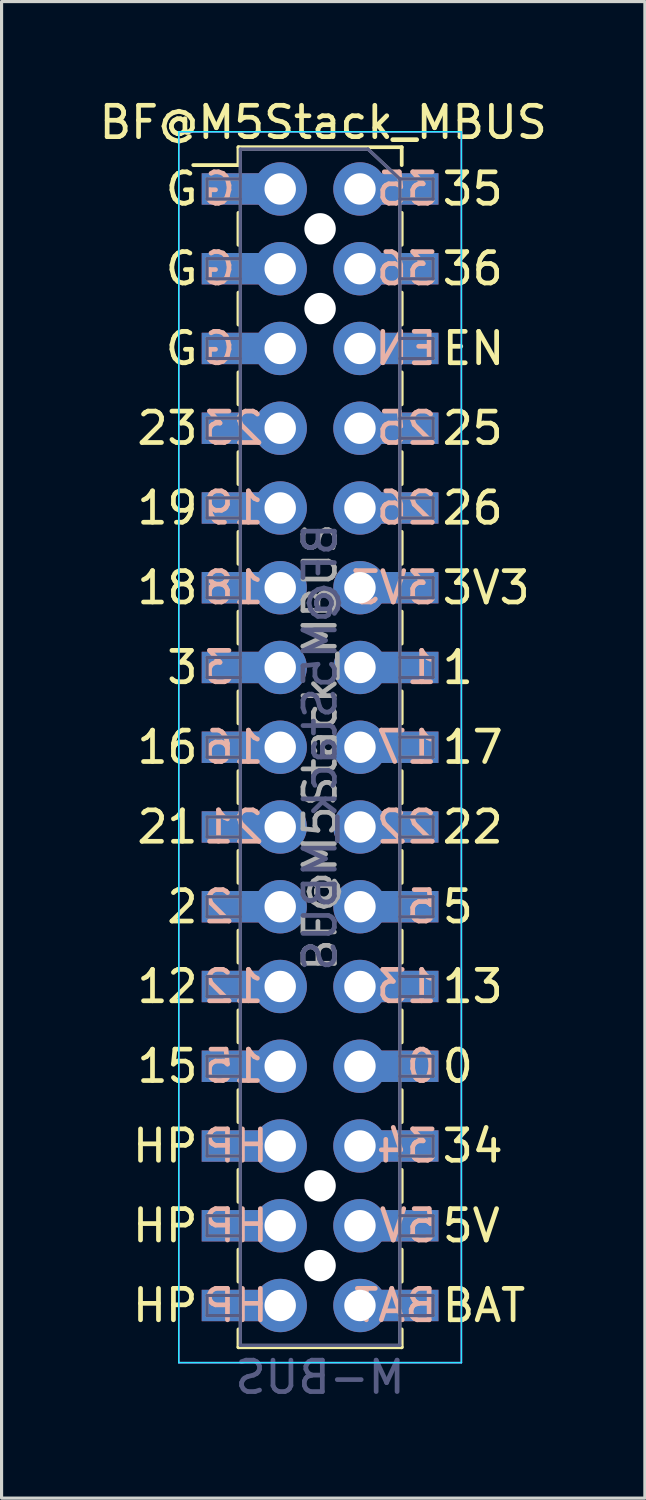
<source format=kicad_pcb>
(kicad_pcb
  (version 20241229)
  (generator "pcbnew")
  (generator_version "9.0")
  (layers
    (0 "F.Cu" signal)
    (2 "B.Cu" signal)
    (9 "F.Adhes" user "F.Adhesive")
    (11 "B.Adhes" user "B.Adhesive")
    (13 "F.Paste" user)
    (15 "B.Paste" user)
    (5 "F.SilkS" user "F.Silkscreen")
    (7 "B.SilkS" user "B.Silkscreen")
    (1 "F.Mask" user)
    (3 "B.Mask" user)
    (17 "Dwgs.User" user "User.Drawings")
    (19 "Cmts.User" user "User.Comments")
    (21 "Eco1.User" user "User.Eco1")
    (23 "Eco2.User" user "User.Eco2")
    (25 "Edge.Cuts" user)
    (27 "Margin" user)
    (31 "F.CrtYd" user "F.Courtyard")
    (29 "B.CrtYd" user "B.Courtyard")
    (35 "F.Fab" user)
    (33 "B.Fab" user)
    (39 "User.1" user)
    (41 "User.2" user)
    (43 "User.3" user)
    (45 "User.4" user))
  (footprint "BF@M5Stack_MBUS"
    (layer "F.Cu")
    (at 7.144 20.748)
    (property "Reference" "BF@M5Stack_MBUS" (at 0.1 -19.9 0) (layer "F.SilkS") (effects (font (size 1 1) (thickness 0.15))))
    (attr smd)
    (fp_line (start -4.04 -18.54) (end -2.6 -18.54) (stroke (width 0.12) (type solid)) (layer "F.SilkS"))
    (fp_line (start -2.6 -19.11) (end -2.6 -18.54) (stroke (width 0.12) (type solid)) (layer "F.SilkS"))
    (fp_line (start -2.6 -19.11) (end 2.6 -19.11) (stroke (width 0.12) (type solid)) (layer "F.SilkS"))
    (fp_line (start -2.6 -17.02) (end -2.6 -16) (stroke (width 0.12) (type solid)) (layer "F.SilkS"))
    (fp_line (start -2.6 -14.48) (end -2.6 -13.46) (stroke (width 0.12) (type solid)) (layer "F.SilkS"))
    (fp_line (start -2.6 -11.94) (end -2.6 -10.92) (stroke (width 0.12) (type solid)) (layer "F.SilkS"))
    (fp_line (start -2.6 -9.4) (end -2.6 -8.38) (stroke (width 0.12) (type solid)) (layer "F.SilkS"))
    (fp_line (start -2.6 -6.86) (end -2.6 -5.84) (stroke (width 0.12) (type solid)) (layer "F.SilkS"))
    (fp_line (start -2.6 -4.32) (end -2.6 -3.3) (stroke (width 0.12) (type solid)) (layer "F.SilkS"))
    (fp_line (start -2.6 -1.78) (end -2.6 -0.76) (stroke (width 0.12) (type solid)) (layer "F.SilkS"))
    (fp_line (start -2.6 0.76) (end -2.6 1.78) (stroke (width 0.12) (type solid)) (layer "F.SilkS"))
    (fp_line (start -2.6 3.3) (end -2.6 4.32) (stroke (width 0.12) (type solid)) (layer "F.SilkS"))
    (fp_line (start -2.6 5.84) (end -2.6 6.86) (stroke (width 0.12) (type solid)) (layer "F.SilkS"))
    (fp_line (start -2.6 8.38) (end -2.6 9.4) (stroke (width 0.12) (type solid)) (layer "F.SilkS"))
    (fp_line (start -2.6 10.92) (end -2.6 11.94) (stroke (width 0.12) (type solid)) (layer "F.SilkS"))
    (fp_line (start -2.6 13.46) (end -2.6 14.48) (stroke (width 0.12) (type solid)) (layer "F.SilkS"))
    (fp_line (start -2.6 16) (end -2.6 17.02) (stroke (width 0.12) (type solid)) (layer "F.SilkS"))
    (fp_line (start -2.6 18.54) (end -2.6 19.11) (stroke (width 0.12) (type solid)) (layer "F.SilkS"))
    (fp_line (start -2.6 19.11) (end 2.6 19.11) (stroke (width 0.12) (type solid)) (layer "F.SilkS"))
    (fp_line (start 2.6 -19.11) (end 2.6 -18.54) (stroke (width 0.12) (type solid)) (layer "F.SilkS"))
    (fp_line (start 2.6 -17.02) (end 2.6 -16) (stroke (width 0.12) (type solid)) (layer "F.SilkS"))
    (fp_line (start 2.6 -14.48) (end 2.6 -13.46) (stroke (width 0.12) (type solid)) (layer "F.SilkS"))
    (fp_line (start 2.6 -11.94) (end 2.6 -10.92) (stroke (width 0.12) (type solid)) (layer "F.SilkS"))
    (fp_line (start 2.6 -9.4) (end 2.6 -8.38) (stroke (width 0.12) (type solid)) (layer "F.SilkS"))
    (fp_line (start 2.6 -6.86) (end 2.6 -5.84) (stroke (width 0.12) (type solid)) (layer "F.SilkS"))
    (fp_line (start 2.6 -4.32) (end 2.6 -3.3) (stroke (width 0.12) (type solid)) (layer "F.SilkS"))
    (fp_line (start 2.6 -1.78) (end 2.6 -0.76) (stroke (width 0.12) (type solid)) (layer "F.SilkS"))
    (fp_line (start 2.6 0.76) (end 2.6 1.78) (stroke (width 0.12) (type solid)) (layer "F.SilkS"))
    (fp_line (start 2.6 3.3) (end 2.6 4.32) (stroke (width 0.12) (type solid)) (layer "F.SilkS"))
    (fp_line (start 2.6 5.84) (end 2.6 6.86) (stroke (width 0.12) (type solid)) (layer "F.SilkS"))
    (fp_line (start 2.6 8.38) (end 2.6 9.4) (stroke (width 0.12) (type solid)) (layer "F.SilkS"))
    (fp_line (start 2.6 10.92) (end 2.6 11.94) (stroke (width 0.12) (type solid)) (layer "F.SilkS"))
    (fp_line (start 2.6 13.46) (end 2.6 14.48) (stroke (width 0.12) (type solid)) (layer "F.SilkS"))
    (fp_line (start 2.6 16) (end 2.6 17.02) (stroke (width 0.12) (type solid)) (layer "F.SilkS"))
    (fp_line (start 2.6 18.54) (end 2.6 19.11) (stroke (width 0.12) (type solid)) (layer "F.SilkS"))
    (fp_poly (pts (xy -1.968 -17.335) (xy -3.683 -17.335) (xy -3.683 -18.224) (xy -1.968 -18.224)) (stroke (width 0.1) (type solid)) (fill yes) (layer "F.Paste"))
    (fp_poly (pts (xy -1.968 -14.796) (xy -3.683 -14.796) (xy -3.683 -15.684) (xy -1.968 -15.684)) (stroke (width 0.1) (type solid)) (fill yes) (layer "F.Paste"))
    (fp_poly (pts (xy -1.968 -12.255) (xy -3.683 -12.255) (xy -3.683 -13.145) (xy -1.968 -13.145)) (stroke (width 0.1) (type solid)) (fill yes) (layer "F.Paste"))
    (fp_poly (pts (xy -1.968 -9.716) (xy -3.683 -9.716) (xy -3.683 -10.604) (xy -1.968 -10.604)) (stroke (width 0.1) (type solid)) (fill yes) (layer "F.Paste"))
    (fp_poly (pts (xy -1.968 -7.176) (xy -3.683 -7.176) (xy -3.683 -8.065) (xy -1.968 -8.065)) (stroke (width 0.1) (type solid)) (fill yes) (layer "F.Paste"))
    (fp_poly (pts (xy -1.968 -4.636) (xy -3.683 -4.636) (xy -3.683 -5.524) (xy -1.968 -5.524)) (stroke (width 0.1) (type solid)) (fill yes) (layer "F.Paste"))
    (fp_poly (pts (xy -1.968 -2.095) (xy -3.683 -2.095) (xy -3.683 -2.985) (xy -1.968 -2.985)) (stroke (width 0.1) (type solid)) (fill yes) (layer "F.Paste"))
    (fp_poly (pts (xy -1.968 0.445) (xy -3.683 0.445) (xy -3.683 -0.445) (xy -1.968 -0.445)) (stroke (width 0.1) (type solid)) (fill yes) (layer "F.Paste"))
    (fp_poly (pts (xy -1.968 2.985) (xy -3.683 2.985) (xy -3.683 2.095) (xy -1.968 2.095)) (stroke (width 0.1) (type solid)) (fill yes) (layer "F.Paste"))
    (fp_poly (pts (xy -1.968 5.524) (xy -3.683 5.524) (xy -3.683 4.636) (xy -1.968 4.636)) (stroke (width 0.1) (type solid)) (fill yes) (layer "F.Paste"))
    (fp_poly (pts (xy -1.968 8.065) (xy -3.683 8.065) (xy -3.683 7.176) (xy -1.968 7.176)) (stroke (width 0.1) (type solid)) (fill yes) (layer "F.Paste"))
    (fp_poly (pts (xy -1.968 10.604) (xy -3.683 10.604) (xy -3.683 9.716) (xy -1.968 9.716)) (stroke (width 0.1) (type solid)) (fill yes) (layer "F.Paste"))
    (fp_poly (pts (xy -1.968 13.145) (xy -3.683 13.145) (xy -3.683 12.255) (xy -1.968 12.255)) (stroke (width 0.1) (type solid)) (fill yes) (layer "F.Paste"))
    (fp_poly (pts (xy -1.968 15.684) (xy -3.683 15.684) (xy -3.683 14.796) (xy -1.968 14.796)) (stroke (width 0.1) (type solid)) (fill yes) (layer "F.Paste"))
    (fp_poly (pts (xy -1.968 18.224) (xy -3.683 18.224) (xy -3.683 17.335) (xy -1.968 17.335)) (stroke (width 0.1) (type solid)) (fill yes) (layer "F.Paste"))
    (fp_poly (pts (xy 3.683 -17.335) (xy 1.968 -17.335) (xy 1.968 -18.224) (xy 3.683 -18.224)) (stroke (width 0.1) (type solid)) (fill yes) (layer "F.Paste"))
    (fp_poly (pts (xy 3.683 -14.796) (xy 1.968 -14.796) (xy 1.968 -15.684) (xy 3.683 -15.684)) (stroke (width 0.1) (type solid)) (fill yes) (layer "F.Paste"))
    (fp_poly (pts (xy 3.683 -12.255) (xy 1.968 -12.255) (xy 1.968 -13.145) (xy 3.683 -13.145)) (stroke (width 0.1) (type solid)) (fill yes) (layer "F.Paste"))
    (fp_poly (pts (xy 3.683 -9.716) (xy 1.968 -9.716) (xy 1.968 -10.604) (xy 3.683 -10.604)) (stroke (width 0.1) (type solid)) (fill yes) (layer "F.Paste"))
    (fp_poly (pts (xy 3.683 -7.176) (xy 1.968 -7.176) (xy 1.968 -8.065) (xy 3.683 -8.065)) (stroke (width 0.1) (type solid)) (fill yes) (layer "F.Paste"))
    (fp_poly (pts (xy 3.683 -4.636) (xy 1.968 -4.636) (xy 1.968 -5.524) (xy 3.683 -5.524)) (stroke (width 0.1) (type solid)) (fill yes) (layer "F.Paste"))
    (fp_poly (pts (xy 3.683 -2.095) (xy 1.968 -2.095) (xy 1.968 -2.985) (xy 3.683 -2.985)) (stroke (width 0.1) (type solid)) (fill yes) (layer "F.Paste"))
    (fp_poly (pts (xy 3.683 0.445) (xy 1.968 0.445) (xy 1.968 -0.445) (xy 3.683 -0.445)) (stroke (width 0.1) (type solid)) (fill yes) (layer "F.Paste"))
    (fp_poly (pts (xy 3.683 2.985) (xy 1.968 2.985) (xy 1.968 2.095) (xy 3.683 2.095)) (stroke (width 0.1) (type solid)) (fill yes) (layer "F.Paste"))
    (fp_poly (pts (xy 3.683 5.524) (xy 1.968 5.524) (xy 1.968 4.636) (xy 3.683 4.636)) (stroke (width 0.1) (type solid)) (fill yes) (layer "F.Paste"))
    (fp_poly (pts (xy 3.683 8.065) (xy 1.968 8.065) (xy 1.968 7.176) (xy 3.683 7.176)) (stroke (width 0.1) (type solid)) (fill yes) (layer "F.Paste"))
    (fp_poly (pts (xy 3.683 10.604) (xy 1.968 10.604) (xy 1.968 9.716) (xy 3.683 9.716)) (stroke (width 0.1) (type solid)) (fill yes) (layer "F.Paste"))
    (fp_poly (pts (xy 3.683 13.145) (xy 1.968 13.145) (xy 1.968 12.255) (xy 3.683 12.255)) (stroke (width 0.1) (type solid)) (fill yes) (layer "F.Paste"))
    (fp_poly (pts (xy 3.683 15.684) (xy 1.968 15.684) (xy 1.968 14.796) (xy 3.683 14.796)) (stroke (width 0.1) (type solid)) (fill yes) (layer "F.Paste"))
    (fp_poly (pts (xy 3.683 18.224) (xy 1.968 18.224) (xy 1.968 17.335) (xy 3.683 17.335)) (stroke (width 0.1) (type solid)) (fill yes) (layer "F.Paste"))
    (fp_poly (pts (xy -1.968 -18.224) (xy -3.683 -18.224) (xy -3.683 -17.335) (xy -1.968 -17.335)) (stroke (width 0.1) (type solid)) (fill yes) (layer "B.Paste"))
    (fp_poly (pts (xy -1.968 -15.684) (xy -3.683 -15.684) (xy -3.683 -14.796) (xy -1.968 -14.796)) (stroke (width 0.1) (type solid)) (fill yes) (layer "B.Paste"))
    (fp_poly (pts (xy -1.968 -13.145) (xy -3.683 -13.145) (xy -3.683 -12.255) (xy -1.968 -12.255)) (stroke (width 0.1) (type solid)) (fill yes) (layer "B.Paste"))
    (fp_poly (pts (xy -1.968 -10.604) (xy -3.683 -10.604) (xy -3.683 -9.716) (xy -1.968 -9.716)) (stroke (width 0.1) (type solid)) (fill yes) (layer "B.Paste"))
    (fp_poly (pts (xy -1.968 -8.065) (xy -3.683 -8.065) (xy -3.683 -7.176) (xy -1.968 -7.176)) (stroke (width 0.1) (type solid)) (fill yes) (layer "B.Paste"))
    (fp_poly (pts (xy -1.968 -5.524) (xy -3.683 -5.524) (xy -3.683 -4.636) (xy -1.968 -4.636)) (stroke (width 0.1) (type solid)) (fill yes) (layer "B.Paste"))
    (fp_poly (pts (xy -1.968 -2.985) (xy -3.683 -2.985) (xy -3.683 -2.095) (xy -1.968 -2.095)) (stroke (width 0.1) (type solid)) (fill yes) (layer "B.Paste"))
    (fp_poly (pts (xy -1.968 -0.445) (xy -3.683 -0.445) (xy -3.683 0.445) (xy -1.968 0.445)) (stroke (width 0.1) (type solid)) (fill yes) (layer "B.Paste"))
    (fp_poly (pts (xy -1.968 2.095) (xy -3.683 2.095) (xy -3.683 2.985) (xy -1.968 2.985)) (stroke (width 0.1) (type solid)) (fill yes) (layer "B.Paste"))
    (fp_poly (pts (xy -1.968 4.636) (xy -3.683 4.636) (xy -3.683 5.524) (xy -1.968 5.524)) (stroke (width 0.1) (type solid)) (fill yes) (layer "B.Paste"))
    (fp_poly (pts (xy -1.968 7.176) (xy -3.683 7.176) (xy -3.683 8.065) (xy -1.968 8.065)) (stroke (width 0.1) (type solid)) (fill yes) (layer "B.Paste"))
    (fp_poly (pts (xy -1.968 9.716) (xy -3.683 9.716) (xy -3.683 10.604) (xy -1.968 10.604)) (stroke (width 0.1) (type solid)) (fill yes) (layer "B.Paste"))
    (fp_poly (pts (xy -1.968 12.255) (xy -3.683 12.255) (xy -3.683 13.145) (xy -1.968 13.145)) (stroke (width 0.1) (type solid)) (fill yes) (layer "B.Paste"))
    (fp_poly (pts (xy -1.968 14.796) (xy -3.683 14.796) (xy -3.683 15.684) (xy -1.968 15.684)) (stroke (width 0.1) (type solid)) (fill yes) (layer "B.Paste"))
    (fp_poly (pts (xy -1.968 17.335) (xy -3.683 17.335) (xy -3.683 18.224) (xy -1.968 18.224)) (stroke (width 0.1) (type solid)) (fill yes) (layer "B.Paste"))
    (fp_poly (pts (xy 3.683 -18.224) (xy 1.968 -18.224) (xy 1.968 -17.335) (xy 3.683 -17.335)) (stroke (width 0.1) (type solid)) (fill yes) (layer "B.Paste"))
    (fp_poly (pts (xy 3.683 -15.684) (xy 1.968 -15.684) (xy 1.968 -14.796) (xy 3.683 -14.796)) (stroke (width 0.1) (type solid)) (fill yes) (layer "B.Paste"))
    (fp_poly (pts (xy 3.683 -13.145) (xy 1.968 -13.145) (xy 1.968 -12.255) (xy 3.683 -12.255)) (stroke (width 0.1) (type solid)) (fill yes) (layer "B.Paste"))
    (fp_poly (pts (xy 3.683 -10.604) (xy 1.968 -10.604) (xy 1.968 -9.716) (xy 3.683 -9.716)) (stroke (width 0.1) (type solid)) (fill yes) (layer "B.Paste"))
    (fp_poly (pts (xy 3.683 -8.065) (xy 1.968 -8.065) (xy 1.968 -7.176) (xy 3.683 -7.176)) (stroke (width 0.1) (type solid)) (fill yes) (layer "B.Paste"))
    (fp_poly (pts (xy 3.683 -5.524) (xy 1.968 -5.524) (xy 1.968 -4.636) (xy 3.683 -4.636)) (stroke (width 0.1) (type solid)) (fill yes) (layer "B.Paste"))
    (fp_poly (pts (xy 3.683 -2.985) (xy 1.968 -2.985) (xy 1.968 -2.095) (xy 3.683 -2.095)) (stroke (width 0.1) (type solid)) (fill yes) (layer "B.Paste"))
    (fp_poly (pts (xy 3.683 -0.445) (xy 1.968 -0.445) (xy 1.968 0.445) (xy 3.683 0.445)) (stroke (width 0.1) (type solid)) (fill yes) (layer "B.Paste"))
    (fp_poly (pts (xy 3.683 2.095) (xy 1.968 2.095) (xy 1.968 2.985) (xy 3.683 2.985)) (stroke (width 0.1) (type solid)) (fill yes) (layer "B.Paste"))
    (fp_poly (pts (xy 3.683 4.636) (xy 1.968 4.636) (xy 1.968 5.524) (xy 3.683 5.524)) (stroke (width 0.1) (type solid)) (fill yes) (layer "B.Paste"))
    (fp_poly (pts (xy 3.683 7.176) (xy 1.968 7.176) (xy 1.968 8.065) (xy 3.683 8.065)) (stroke (width 0.1) (type solid)) (fill yes) (layer "B.Paste"))
    (fp_poly (pts (xy 3.683 9.716) (xy 1.968 9.716) (xy 1.968 10.604) (xy 3.683 10.604)) (stroke (width 0.1) (type solid)) (fill yes) (layer "B.Paste"))
    (fp_poly (pts (xy 3.683 12.255) (xy 1.968 12.255) (xy 1.968 13.145) (xy 3.683 13.145)) (stroke (width 0.1) (type solid)) (fill yes) (layer "B.Paste"))
    (fp_poly (pts (xy 3.683 14.796) (xy 1.968 14.796) (xy 1.968 15.684) (xy 3.683 15.684)) (stroke (width 0.1) (type solid)) (fill yes) (layer "B.Paste"))
    (fp_poly (pts (xy 3.683 17.335) (xy 1.968 17.335) (xy 1.968 18.224) (xy 3.683 18.224)) (stroke (width 0.1) (type solid)) (fill yes) (layer "B.Paste"))
    (fp_line (start -4.5 -19.6) (end 4.5 -19.6) (stroke (width 0.05) (type solid)) (layer "B.CrtYd"))
    (fp_line (start -4.5 19.6) (end -4.5 -19.6) (stroke (width 0.05) (type solid)) (layer "B.CrtYd"))
    (fp_line (start 4.5 -19.6) (end 4.5 19.6) (stroke (width 0.05) (type solid)) (layer "B.CrtYd"))
    (fp_line (start 4.5 19.6) (end -4.5 19.6) (stroke (width 0.05) (type solid)) (layer "B.CrtYd"))
    (fp_line (start -4.5 -19.6) (end -4.5 19.6) (stroke (width 0.05) (type solid)) (layer "F.CrtYd"))
    (fp_line (start -4.5 19.6) (end 4.5 19.6) (stroke (width 0.05) (type solid)) (layer "F.CrtYd"))
    (fp_line (start 4.5 -19.6) (end -4.5 -19.6) (stroke (width 0.05) (type solid)) (layer "F.CrtYd"))
    (fp_line (start 4.5 19.6) (end 4.5 -19.6) (stroke (width 0.05) (type solid)) (layer "F.CrtYd"))
    (fp_line (start -3.6 -18.1) (end -3.6 -17.46) (stroke (width 0.1) (type solid)) (layer "B.Fab"))
    (fp_line (start -3.6 -17.46) (end -2.54 -17.46) (stroke (width 0.1) (type solid)) (layer "B.Fab"))
    (fp_line (start -3.6 -15.56) (end -3.6 -14.92) (stroke (width 0.1) (type solid)) (layer "B.Fab"))
    (fp_line (start -3.6 -14.92) (end -2.54 -14.92) (stroke (width 0.1) (type solid)) (layer "B.Fab"))
    (fp_line (start -3.6 -13.02) (end -3.6 -12.38) (stroke (width 0.1) (type solid)) (layer "B.Fab"))
    (fp_line (start -3.6 -12.38) (end -2.54 -12.38) (stroke (width 0.1) (type solid)) (layer "B.Fab"))
    (fp_line (start -3.6 -10.48) (end -3.6 -9.84) (stroke (width 0.1) (type solid)) (layer "B.Fab"))
    (fp_line (start -3.6 -9.84) (end -2.54 -9.84) (stroke (width 0.1) (type solid)) (layer "B.Fab"))
    (fp_line (start -3.6 -7.94) (end -3.6 -7.3) (stroke (width 0.1) (type solid)) (layer "B.Fab"))
    (fp_line (start -3.6 -7.3) (end -2.54 -7.3) (stroke (width 0.1) (type solid)) (layer "B.Fab"))
    (fp_line (start -3.6 -5.4) (end -3.6 -4.76) (stroke (width 0.1) (type solid)) (layer "B.Fab"))
    (fp_line (start -3.6 -4.76) (end -2.54 -4.76) (stroke (width 0.1) (type solid)) (layer "B.Fab"))
    (fp_line (start -3.6 -2.86) (end -3.6 -2.22) (stroke (width 0.1) (type solid)) (layer "B.Fab"))
    (fp_line (start -3.6 -2.22) (end -2.54 -2.22) (stroke (width 0.1) (type solid)) (layer "B.Fab"))
    (fp_line (start -3.6 -0.32) (end -3.6 0.32) (stroke (width 0.1) (type solid)) (layer "B.Fab"))
    (fp_line (start -3.6 0.32) (end -2.54 0.32) (stroke (width 0.1) (type solid)) (layer "B.Fab"))
    (fp_line (start -3.6 2.22) (end -3.6 2.86) (stroke (width 0.1) (type solid)) (layer "B.Fab"))
    (fp_line (start -3.6 2.86) (end -2.54 2.86) (stroke (width 0.1) (type solid)) (layer "B.Fab"))
    (fp_line (start -3.6 4.76) (end -3.6 5.4) (stroke (width 0.1) (type solid)) (layer "B.Fab"))
    (fp_line (start -3.6 5.4) (end -2.54 5.4) (stroke (width 0.1) (type solid)) (layer "B.Fab"))
    (fp_line (start -3.6 7.3) (end -3.6 7.94) (stroke (width 0.1) (type solid)) (layer "B.Fab"))
    (fp_line (start -3.6 7.94) (end -2.54 7.94) (stroke (width 0.1) (type solid)) (layer "B.Fab"))
    (fp_line (start -3.6 9.84) (end -3.6 10.48) (stroke (width 0.1) (type solid)) (layer "B.Fab"))
    (fp_line (start -3.6 10.48) (end -2.54 10.48) (stroke (width 0.1) (type solid)) (layer "B.Fab"))
    (fp_line (start -3.6 12.38) (end -3.6 13.02) (stroke (width 0.1) (type solid)) (layer "B.Fab"))
    (fp_line (start -3.6 13.02) (end -2.54 13.02) (stroke (width 0.1) (type solid)) (layer "B.Fab"))
    (fp_line (start -3.6 14.92) (end -3.6 15.56) (stroke (width 0.1) (type solid)) (layer "B.Fab"))
    (fp_line (start -3.6 15.56) (end -2.54 15.56) (stroke (width 0.1) (type solid)) (layer "B.Fab"))
    (fp_line (start -3.6 17.46) (end -3.6 18.1) (stroke (width 0.1) (type solid)) (layer "B.Fab"))
    (fp_line (start -3.6 18.1) (end -2.54 18.1) (stroke (width 0.1) (type solid)) (layer "B.Fab"))
    (fp_line (start -2.54 -19.05) (end 1.524 -19.05) (stroke (width 0.1) (type solid)) (layer "B.Fab"))
    (fp_line (start -2.54 -18.1) (end -3.6 -18.1) (stroke (width 0.1) (type solid)) (layer "B.Fab"))
    (fp_line (start -2.54 -15.56) (end -3.6 -15.56) (stroke (width 0.1) (type solid)) (layer "B.Fab"))
    (fp_line (start -2.54 -13.02) (end -3.6 -13.02) (stroke (width 0.1) (type solid)) (layer "B.Fab"))
    (fp_line (start -2.54 -10.48) (end -3.6 -10.48) (stroke (width 0.1) (type solid)) (layer "B.Fab"))
    (fp_line (start -2.54 -7.94) (end -3.6 -7.94) (stroke (width 0.1) (type solid)) (layer "B.Fab"))
    (fp_line (start -2.54 -5.4) (end -3.6 -5.4) (stroke (width 0.1) (type solid)) (layer "B.Fab"))
    (fp_line (start -2.54 -2.86) (end -3.6 -2.86) (stroke (width 0.1) (type solid)) (layer "B.Fab"))
    (fp_line (start -2.54 -0.32) (end -3.6 -0.32) (stroke (width 0.1) (type solid)) (layer "B.Fab"))
    (fp_line (start -2.54 2.22) (end -3.6 2.22) (stroke (width 0.1) (type solid)) (layer "B.Fab"))
    (fp_line (start -2.54 4.76) (end -3.6 4.76) (stroke (width 0.1) (type solid)) (layer "B.Fab"))
    (fp_line (start -2.54 7.3) (end -3.6 7.3) (stroke (width 0.1) (type solid)) (layer "B.Fab"))
    (fp_line (start -2.54 9.84) (end -3.6 9.84) (stroke (width 0.1) (type solid)) (layer "B.Fab"))
    (fp_line (start -2.54 12.38) (end -3.6 12.38) (stroke (width 0.1) (type solid)) (layer "B.Fab"))
    (fp_line (start -2.54 14.92) (end -3.6 14.92) (stroke (width 0.1) (type solid)) (layer "B.Fab"))
    (fp_line (start -2.54 17.46) (end -3.6 17.46) (stroke (width 0.1) (type solid)) (layer "B.Fab"))
    (fp_line (start -2.54 19.05) (end -2.54 -19.05) (stroke (width 0.1) (type solid)) (layer "B.Fab"))
    (fp_line (start 2.54 -18.1) (end 1.524 -19.05) (stroke (width 0.1) (type solid)) (layer "B.Fab"))
    (fp_line (start 2.54 -18.1) (end 2.54 19.05) (stroke (width 0.1) (type solid)) (layer "B.Fab"))
    (fp_line (start 2.54 -18.1) (end 3.6 -18.1) (stroke (width 0.1) (type solid)) (layer "B.Fab"))
    (fp_line (start 2.54 -15.56) (end 3.6 -15.56) (stroke (width 0.1) (type solid)) (layer "B.Fab"))
    (fp_line (start 2.54 -13.02) (end 3.6 -13.02) (stroke (width 0.1) (type solid)) (layer "B.Fab"))
    (fp_line (start 2.54 -10.48) (end 3.6 -10.48) (stroke (width 0.1) (type solid)) (layer "B.Fab"))
    (fp_line (start 2.54 -7.94) (end 3.6 -7.94) (stroke (width 0.1) (type solid)) (layer "B.Fab"))
    (fp_line (start 2.54 -5.4) (end 3.6 -5.4) (stroke (width 0.1) (type solid)) (layer "B.Fab"))
    (fp_line (start 2.54 -2.86) (end 3.6 -2.86) (stroke (width 0.1) (type solid)) (layer "B.Fab"))
    (fp_line (start 2.54 -0.32) (end 3.6 -0.32) (stroke (width 0.1) (type solid)) (layer "B.Fab"))
    (fp_line (start 2.54 2.22) (end 3.6 2.22) (stroke (width 0.1) (type solid)) (layer "B.Fab"))
    (fp_line (start 2.54 4.76) (end 3.6 4.76) (stroke (width 0.1) (type solid)) (layer "B.Fab"))
    (fp_line (start 2.54 7.3) (end 3.6 7.3) (stroke (width 0.1) (type solid)) (layer "B.Fab"))
    (fp_line (start 2.54 9.84) (end 3.6 9.84) (stroke (width 0.1) (type solid)) (layer "B.Fab"))
    (fp_line (start 2.54 12.38) (end 3.6 12.38) (stroke (width 0.1) (type solid)) (layer "B.Fab"))
    (fp_line (start 2.54 14.92) (end 3.6 14.92) (stroke (width 0.1) (type solid)) (layer "B.Fab"))
    (fp_line (start 2.54 17.46) (end 3.6 17.46) (stroke (width 0.1) (type solid)) (layer "B.Fab"))
    (fp_line (start 2.54 19.05) (end -2.54 19.05) (stroke (width 0.1) (type solid)) (layer "B.Fab"))
    (fp_line (start 3.6 -18.1) (end 3.6 -17.46) (stroke (width 0.1) (type solid)) (layer "B.Fab"))
    (fp_line (start 3.6 -17.46) (end 2.54 -17.46) (stroke (width 0.1) (type solid)) (layer "B.Fab"))
    (fp_line (start 3.6 -15.56) (end 3.6 -14.92) (stroke (width 0.1) (type solid)) (layer "B.Fab"))
    (fp_line (start 3.6 -14.92) (end 2.54 -14.92) (stroke (width 0.1) (type solid)) (layer "B.Fab"))
    (fp_line (start 3.6 -13.02) (end 3.6 -12.38) (stroke (width 0.1) (type solid)) (layer "B.Fab"))
    (fp_line (start 3.6 -12.38) (end 2.54 -12.38) (stroke (width 0.1) (type solid)) (layer "B.Fab"))
    (fp_line (start 3.6 -10.48) (end 3.6 -9.84) (stroke (width 0.1) (type solid)) (layer "B.Fab"))
    (fp_line (start 3.6 -9.84) (end 2.54 -9.84) (stroke (width 0.1) (type solid)) (layer "B.Fab"))
    (fp_line (start 3.6 -7.94) (end 3.6 -7.3) (stroke (width 0.1) (type solid)) (layer "B.Fab"))
    (fp_line (start 3.6 -7.3) (end 2.54 -7.3) (stroke (width 0.1) (type solid)) (layer "B.Fab"))
    (fp_line (start 3.6 -5.4) (end 3.6 -4.76) (stroke (width 0.1) (type solid)) (layer "B.Fab"))
    (fp_line (start 3.6 -4.76) (end 2.54 -4.76) (stroke (width 0.1) (type solid)) (layer "B.Fab"))
    (fp_line (start 3.6 -2.86) (end 3.6 -2.22) (stroke (width 0.1) (type solid)) (layer "B.Fab"))
    (fp_line (start 3.6 -2.22) (end 2.54 -2.22) (stroke (width 0.1) (type solid)) (layer "B.Fab"))
    (fp_line (start 3.6 -0.32) (end 3.6 0.32) (stroke (width 0.1) (type solid)) (layer "B.Fab"))
    (fp_line (start 3.6 0.32) (end 2.54 0.32) (stroke (width 0.1) (type solid)) (layer "B.Fab"))
    (fp_line (start 3.6 2.22) (end 3.6 2.86) (stroke (width 0.1) (type solid)) (layer "B.Fab"))
    (fp_line (start 3.6 2.86) (end 2.54 2.86) (stroke (width 0.1) (type solid)) (layer "B.Fab"))
    (fp_line (start 3.6 4.76) (end 3.6 5.4) (stroke (width 0.1) (type solid)) (layer "B.Fab"))
    (fp_line (start 3.6 5.4) (end 2.54 5.4) (stroke (width 0.1) (type solid)) (layer "B.Fab"))
    (fp_line (start 3.6 7.3) (end 3.6 7.94) (stroke (width 0.1) (type solid)) (layer "B.Fab"))
    (fp_line (start 3.6 7.94) (end 2.54 7.94) (stroke (width 0.1) (type solid)) (layer "B.Fab"))
    (fp_line (start 3.6 9.84) (end 3.6 10.48) (stroke (width 0.1) (type solid)) (layer "B.Fab"))
    (fp_line (start 3.6 10.48) (end 2.54 10.48) (stroke (width 0.1) (type solid)) (layer "B.Fab"))
    (fp_line (start 3.6 12.38) (end 3.6 13.02) (stroke (width 0.1) (type solid)) (layer "B.Fab"))
    (fp_line (start 3.6 13.02) (end 2.54 13.02) (stroke (width 0.1) (type solid)) (layer "B.Fab"))
    (fp_line (start 3.6 14.92) (end 3.6 15.56) (stroke (width 0.1) (type solid)) (layer "B.Fab"))
    (fp_line (start 3.6 15.56) (end 2.54 15.56) (stroke (width 0.1) (type solid)) (layer "B.Fab"))
    (fp_line (start 3.6 17.46) (end 3.6 18.1) (stroke (width 0.1) (type solid)) (layer "B.Fab"))
    (fp_line (start 3.6 18.1) (end 2.54 18.1) (stroke (width 0.1) (type solid)) (layer "B.Fab"))
    (fp_line (start -3.6 -18.1) (end -3.6 -17.46) (stroke (width 0.1) (type solid)) (layer "F.Fab"))
    (fp_line (start -3.6 -17.46) (end -2.54 -17.46) (stroke (width 0.1) (type solid)) (layer "F.Fab"))
    (fp_line (start -3.6 -15.56) (end -3.6 -14.92) (stroke (width 0.1) (type solid)) (layer "F.Fab"))
    (fp_line (start -3.6 -14.92) (end -2.54 -14.92) (stroke (width 0.1) (type solid)) (layer "F.Fab"))
    (fp_line (start -3.6 -13.02) (end -3.6 -12.38) (stroke (width 0.1) (type solid)) (layer "F.Fab"))
    (fp_line (start -3.6 -12.38) (end -2.54 -12.38) (stroke (width 0.1) (type solid)) (layer "F.Fab"))
    (fp_line (start -3.6 -10.48) (end -3.6 -9.84) (stroke (width 0.1) (type solid)) (layer "F.Fab"))
    (fp_line (start -3.6 -9.84) (end -2.54 -9.84) (stroke (width 0.1) (type solid)) (layer "F.Fab"))
    (fp_line (start -3.6 -7.94) (end -3.6 -7.3) (stroke (width 0.1) (type solid)) (layer "F.Fab"))
    (fp_line (start -3.6 -7.3) (end -2.54 -7.3) (stroke (width 0.1) (type solid)) (layer "F.Fab"))
    (fp_line (start -3.6 -5.4) (end -3.6 -4.76) (stroke (width 0.1) (type solid)) (layer "F.Fab"))
    (fp_line (start -3.6 -4.76) (end -2.54 -4.76) (stroke (width 0.1) (type solid)) (layer "F.Fab"))
    (fp_line (start -3.6 -2.86) (end -3.6 -2.22) (stroke (width 0.1) (type solid)) (layer "F.Fab"))
    (fp_line (start -3.6 -2.22) (end -2.54 -2.22) (stroke (width 0.1) (type solid)) (layer "F.Fab"))
    (fp_line (start -3.6 -0.32) (end -3.6 0.32) (stroke (width 0.1) (type solid)) (layer "F.Fab"))
    (fp_line (start -3.6 0.32) (end -2.54 0.32) (stroke (width 0.1) (type solid)) (layer "F.Fab"))
    (fp_line (start -3.6 2.22) (end -3.6 2.86) (stroke (width 0.1) (type solid)) (layer "F.Fab"))
    (fp_line (start -3.6 2.86) (end -2.54 2.86) (stroke (width 0.1) (type solid)) (layer "F.Fab"))
    (fp_line (start -3.6 4.76) (end -3.6 5.4) (stroke (width 0.1) (type solid)) (layer "F.Fab"))
    (fp_line (start -3.6 5.4) (end -2.54 5.4) (stroke (width 0.1) (type solid)) (layer "F.Fab"))
    (fp_line (start -3.6 7.3) (end -3.6 7.94) (stroke (width 0.1) (type solid)) (layer "F.Fab"))
    (fp_line (start -3.6 7.94) (end -2.54 7.94) (stroke (width 0.1) (type solid)) (layer "F.Fab"))
    (fp_line (start -3.6 9.84) (end -3.6 10.48) (stroke (width 0.1) (type solid)) (layer "F.Fab"))
    (fp_line (start -3.6 10.48) (end -2.54 10.48) (stroke (width 0.1) (type solid)) (layer "F.Fab"))
    (fp_line (start -3.6 12.38) (end -3.6 13.02) (stroke (width 0.1) (type solid)) (layer "F.Fab"))
    (fp_line (start -3.6 13.02) (end -2.54 13.02) (stroke (width 0.1) (type solid)) (layer "F.Fab"))
    (fp_line (start -3.6 14.92) (end -3.6 15.56) (stroke (width 0.1) (type solid)) (layer "F.Fab"))
    (fp_line (start -3.6 15.56) (end -2.54 15.56) (stroke (width 0.1) (type solid)) (layer "F.Fab"))
    (fp_line (start -3.6 17.46) (end -3.6 18.1) (stroke (width 0.1) (type solid)) (layer "F.Fab"))
    (fp_line (start -3.6 18.1) (end -2.54 18.1) (stroke (width 0.1) (type solid)) (layer "F.Fab"))
    (fp_line (start -2.54 -19.05) (end 1.524 -19.05) (stroke (width 0.1) (type solid)) (layer "F.Fab"))
    (fp_line (start -2.54 -18.1) (end -3.6 -18.1) (stroke (width 0.1) (type solid)) (layer "F.Fab"))
    (fp_line (start -2.54 -15.56) (end -3.6 -15.56) (stroke (width 0.1) (type solid)) (layer "F.Fab"))
    (fp_line (start -2.54 -13.02) (end -3.6 -13.02) (stroke (width 0.1) (type solid)) (layer "F.Fab"))
    (fp_line (start -2.54 -10.48) (end -3.6 -10.48) (stroke (width 0.1) (type solid)) (layer "F.Fab"))
    (fp_line (start -2.54 -7.94) (end -3.6 -7.94) (stroke (width 0.1) (type solid)) (layer "F.Fab"))
    (fp_line (start -2.54 -5.4) (end -3.6 -5.4) (stroke (width 0.1) (type solid)) (layer "F.Fab"))
    (fp_line (start -2.54 -2.86) (end -3.6 -2.86) (stroke (width 0.1) (type solid)) (layer "F.Fab"))
    (fp_line (start -2.54 -0.32) (end -3.6 -0.32) (stroke (width 0.1) (type solid)) (layer "F.Fab"))
    (fp_line (start -2.54 2.22) (end -3.6 2.22) (stroke (width 0.1) (type solid)) (layer "F.Fab"))
    (fp_line (start -2.54 4.76) (end -3.6 4.76) (stroke (width 0.1) (type solid)) (layer "F.Fab"))
    (fp_line (start -2.54 7.3) (end -3.6 7.3) (stroke (width 0.1) (type solid)) (layer "F.Fab"))
    (fp_line (start -2.54 9.84) (end -3.6 9.84) (stroke (width 0.1) (type solid)) (layer "F.Fab"))
    (fp_line (start -2.54 12.38) (end -3.6 12.38) (stroke (width 0.1) (type solid)) (layer "F.Fab"))
    (fp_line (start -2.54 14.92) (end -3.6 14.92) (stroke (width 0.1) (type solid)) (layer "F.Fab"))
    (fp_line (start -2.54 17.46) (end -3.6 17.46) (stroke (width 0.1) (type solid)) (layer "F.Fab"))
    (fp_line (start -2.54 19.05) (end -2.54 -19.05) (stroke (width 0.1) (type solid)) (layer "F.Fab"))
    (fp_line (start 2.54 -18.1) (end 1.524 -19.05) (stroke (width 0.1) (type solid)) (layer "F.Fab"))
    (fp_line (start 2.54 -18.1) (end 2.54 19.05) (stroke (width 0.1) (type solid)) (layer "F.Fab"))
    (fp_line (start 2.54 -18.1) (end 3.6 -18.1) (stroke (width 0.1) (type solid)) (layer "F.Fab"))
    (fp_line (start 2.54 -15.56) (end 3.6 -15.56) (stroke (width 0.1) (type solid)) (layer "F.Fab"))
    (fp_line (start 2.54 -13.02) (end 3.6 -13.02) (stroke (width 0.1) (type solid)) (layer "F.Fab"))
    (fp_line (start 2.54 -10.48) (end 3.6 -10.48) (stroke (width 0.1) (type solid)) (layer "F.Fab"))
    (fp_line (start 2.54 -7.94) (end 3.6 -7.94) (stroke (width 0.1) (type solid)) (layer "F.Fab"))
    (fp_line (start 2.54 -5.4) (end 3.6 -5.4) (stroke (width 0.1) (type solid)) (layer "F.Fab"))
    (fp_line (start 2.54 -2.86) (end 3.6 -2.86) (stroke (width 0.1) (type solid)) (layer "F.Fab"))
    (fp_line (start 2.54 -0.32) (end 3.6 -0.32) (stroke (width 0.1) (type solid)) (layer "F.Fab"))
    (fp_line (start 2.54 2.22) (end 3.6 2.22) (stroke (width 0.1) (type solid)) (layer "F.Fab"))
    (fp_line (start 2.54 4.76) (end 3.6 4.76) (stroke (width 0.1) (type solid)) (layer "F.Fab"))
    (fp_line (start 2.54 7.3) (end 3.6 7.3) (stroke (width 0.1) (type solid)) (layer "F.Fab"))
    (fp_line (start 2.54 9.84) (end 3.6 9.84) (stroke (width 0.1) (type solid)) (layer "F.Fab"))
    (fp_line (start 2.54 12.38) (end 3.6 12.38) (stroke (width 0.1) (type solid)) (layer "F.Fab"))
    (fp_line (start 2.54 14.92) (end 3.6 14.92) (stroke (width 0.1) (type solid)) (layer "F.Fab"))
    (fp_line (start 2.54 17.46) (end 3.6 17.46) (stroke (width 0.1) (type solid)) (layer "F.Fab"))
    (fp_line (start 2.54 19.05) (end -2.54 19.05) (stroke (width 0.1) (type solid)) (layer "F.Fab"))
    (fp_line (start 3.6 -18.1) (end 3.6 -17.46) (stroke (width 0.1) (type solid)) (layer "F.Fab"))
    (fp_line (start 3.6 -17.46) (end 2.54 -17.46) (stroke (width 0.1) (type solid)) (layer "F.Fab"))
    (fp_line (start 3.6 -15.56) (end 3.6 -14.92) (stroke (width 0.1) (type solid)) (layer "F.Fab"))
    (fp_line (start 3.6 -14.92) (end 2.54 -14.92) (stroke (width 0.1) (type solid)) (layer "F.Fab"))
    (fp_line (start 3.6 -13.02) (end 3.6 -12.38) (stroke (width 0.1) (type solid)) (layer "F.Fab"))
    (fp_line (start 3.6 -12.38) (end 2.54 -12.38) (stroke (width 0.1) (type solid)) (layer "F.Fab"))
    (fp_line (start 3.6 -10.48) (end 3.6 -9.84) (stroke (width 0.1) (type solid)) (layer "F.Fab"))
    (fp_line (start 3.6 -9.84) (end 2.54 -9.84) (stroke (width 0.1) (type solid)) (layer "F.Fab"))
    (fp_line (start 3.6 -7.94) (end 3.6 -7.3) (stroke (width 0.1) (type solid)) (layer "F.Fab"))
    (fp_line (start 3.6 -7.3) (end 2.54 -7.3) (stroke (width 0.1) (type solid)) (layer "F.Fab"))
    (fp_line (start 3.6 -5.4) (end 3.6 -4.76) (stroke (width 0.1) (type solid)) (layer "F.Fab"))
    (fp_line (start 3.6 -4.76) (end 2.54 -4.76) (stroke (width 0.1) (type solid)) (layer "F.Fab"))
    (fp_line (start 3.6 -2.86) (end 3.6 -2.22) (stroke (width 0.1) (type solid)) (layer "F.Fab"))
    (fp_line (start 3.6 -2.22) (end 2.54 -2.22) (stroke (width 0.1) (type solid)) (layer "F.Fab"))
    (fp_line (start 3.6 -0.32) (end 3.6 0.32) (stroke (width 0.1) (type solid)) (layer "F.Fab"))
    (fp_line (start 3.6 0.32) (end 2.54 0.32) (stroke (width 0.1) (type solid)) (layer "F.Fab"))
    (fp_line (start 3.6 2.22) (end 3.6 2.86) (stroke (width 0.1) (type solid)) (layer "F.Fab"))
    (fp_line (start 3.6 2.86) (end 2.54 2.86) (stroke (width 0.1) (type solid)) (layer "F.Fab"))
    (fp_line (start 3.6 4.76) (end 3.6 5.4) (stroke (width 0.1) (type solid)) (layer "F.Fab"))
    (fp_line (start 3.6 5.4) (end 2.54 5.4) (stroke (width 0.1) (type solid)) (layer "F.Fab"))
    (fp_line (start 3.6 7.3) (end 3.6 7.94) (stroke (width 0.1) (type solid)) (layer "F.Fab"))
    (fp_line (start 3.6 7.94) (end 2.54 7.94) (stroke (width 0.1) (type solid)) (layer "F.Fab"))
    (fp_line (start 3.6 9.84) (end 3.6 10.48) (stroke (width 0.1) (type solid)) (layer "F.Fab"))
    (fp_line (start 3.6 10.48) (end 2.54 10.48) (stroke (width 0.1) (type solid)) (layer "F.Fab"))
    (fp_line (start 3.6 12.38) (end 3.6 13.02) (stroke (width 0.1) (type solid)) (layer "F.Fab"))
    (fp_line (start 3.6 13.02) (end 2.54 13.02) (stroke (width 0.1) (type solid)) (layer "F.Fab"))
    (fp_line (start 3.6 14.92) (end 3.6 15.56) (stroke (width 0.1) (type solid)) (layer "F.Fab"))
    (fp_line (start 3.6 15.56) (end 2.54 15.56) (stroke (width 0.1) (type solid)) (layer "F.Fab"))
    (fp_line (start 3.6 17.46) (end 3.6 18.1) (stroke (width 0.1) (type solid)) (layer "F.Fab"))
    (fp_line (start 3.6 18.1) (end 2.54 18.1) (stroke (width 0.1) (type solid)) (layer "F.Fab"))
    (fp_text user "34" (at 3.81 12.7 0) (layer "F.SilkS") (effects (font (size 1 1) (thickness 0.15)) (justify left)))
    (fp_text user "25" (at 3.81 -10.16 0) (layer "F.SilkS") (effects (font (size 1 1) (thickness 0.15)) (justify left)))
    (fp_text user "22" (at 3.81 2.54 0) (layer "F.SilkS") (effects (font (size 1 1) (thickness 0.15)) (justify left)))
    (fp_text user "3V3" (at 3.81 -5.08 0) (layer "F.SilkS") (effects (font (size 1 1) (thickness 0.15)) (justify left)))
    (fp_text user "0" (at 3.81 10.16 0) (layer "F.SilkS") (effects (font (size 1 1) (thickness 0.15)) (justify left)))
    (fp_text user "19" (at -3.81 -7.62 0) (layer "F.SilkS") (effects (font (size 1 1) (thickness 0.15)) (justify right)))
    (fp_text user "1" (at 3.81 -2.54 0) (layer "F.SilkS") (effects (font (size 1 1) (thickness 0.15)) (justify left)))
    (fp_text user "35" (at 3.81 -17.78 0) (layer "F.SilkS") (effects (font (size 1 1) (thickness 0.15)) (justify left)))
    (fp_text user "3" (at -3.81 -2.54 0) (layer "F.SilkS") (effects (font (size 1 1) (thickness 0.15)) (justify right)))
    (fp_text user "EN" (at 3.81 -12.7 0) (layer "F.SilkS") (effects (font (size 1 1) (thickness 0.15)) (justify left)))
    (fp_text user "23" (at -3.81 -10.16 0) (layer "F.SilkS") (effects (font (size 1 1) (thickness 0.15)) (justify right)))
    (fp_text user "G" (at -3.81 -15.24 0) (layer "F.SilkS") (effects (font (size 1 1) (thickness 0.15)) (justify right)))
    (fp_text user "HP" (at -3.81 15.24 0) (layer "F.SilkS") (effects (font (size 1 1) (thickness 0.15)) (justify right)))
    (fp_text user "G" (at -3.81 -12.7 0) (layer "F.SilkS") (effects (font (size 1 1) (thickness 0.15)) (justify right)))
    (fp_text user "HP" (at -3.81 12.7 0) (layer "F.SilkS") (effects (font (size 1 1) (thickness 0.15)) (justify right)))
    (fp_text user "18" (at -3.81 -5.08 0) (layer "F.SilkS") (effects (font (size 1 1) (thickness 0.15)) (justify right)))
    (fp_text user "5V" (at 3.81 15.24 0) (layer "F.SilkS") (effects (font (size 1 1) (thickness 0.15)) (justify left)))
    (fp_text user "21" (at -3.81 2.54 0) (layer "F.SilkS") (effects (font (size 1 1) (thickness 0.15)) (justify right)))
    (fp_text user "BAT" (at 3.81 17.78 0) (layer "F.SilkS") (effects (font (size 1 1) (thickness 0.15)) (justify left)))
    (fp_text user "15" (at -3.81 10.16 0) (layer "F.SilkS") (effects (font (size 1 1) (thickness 0.15)) (justify right)))
    (fp_text user "17" (at 3.81 0 0) (layer "F.SilkS") (effects (font (size 1 1) (thickness 0.15)) (justify left)))
    (fp_text user "16" (at -3.81 0 0) (layer "F.SilkS") (effects (font (size 1 1) (thickness 0.15)) (justify right)))
    (fp_text user "5" (at 3.81 5.08 0) (layer "F.SilkS") (effects (font (size 1 1) (thickness 0.15)) (justify left)))
    (fp_text user "G" (at -3.81 -17.78 0) (layer "F.SilkS") (effects (font (size 1 1) (thickness 0.15)) (justify right)))
    (fp_text user "26" (at 3.81 -7.62 0) (layer "F.SilkS") (effects (font (size 1 1) (thickness 0.15)) (justify left)))
    (fp_text user "36" (at 3.81 -15.24 0) (layer "F.SilkS") (effects (font (size 1 1) (thickness 0.15)) (justify left)))
    (fp_text user "13" (at 3.81 7.62 0) (layer "F.SilkS") (effects (font (size 1 1) (thickness 0.15)) (justify left)))
    (fp_text user "HP" (at -3.81 17.78 0) (layer "F.SilkS") (effects (font (size 1 1) (thickness 0.15)) (justify right)))
    (fp_text user "2" (at -3.81 5.08 0) (layer "F.SilkS") (effects (font (size 1 1) (thickness 0.15)) (justify right)))
    (fp_text user "12" (at -3.81 7.62 0) (layer "F.SilkS") (effects (font (size 1 1) (thickness 0.15)) (justify right)))
    (fp_text user "19" (at -3.81 -7.62 0) (layer "B.SilkS") (effects (font (size 1 1) (thickness 0.15)) (justify right mirror)))
    (fp_text user "36" (at 3.81 -15.24 0) (layer "B.SilkS") (effects (font (size 1 1) (thickness 0.15)) (justify left mirror)))
    (fp_text user "12" (at -3.81 7.62 0) (layer "B.SilkS") (effects (font (size 1 1) (thickness 0.15)) (justify right mirror)))
    (fp_text user "5V" (at 3.81 15.24 0) (layer "B.SilkS") (effects (font (size 1 1) (thickness 0.15)) (justify left mirror)))
    (fp_text user "3" (at -3.81 -2.54 0) (layer "B.SilkS") (effects (font (size 1 1) (thickness 0.15)) (justify right mirror)))
    (fp_text user "26" (at 3.81 -7.62 0) (layer "B.SilkS") (effects (font (size 1 1) (thickness 0.15)) (justify left mirror)))
    (fp_text user "HP" (at -3.81 17.78 0) (layer "B.SilkS") (effects (font (size 1 1) (thickness 0.15)) (justify right mirror)))
    (fp_text user "17" (at 3.81 0 0) (layer "B.SilkS") (effects (font (size 1 1) (thickness 0.15)) (justify left mirror)))
    (fp_text user "13" (at 3.81 7.62 0) (layer "B.SilkS") (effects (font (size 1 1) (thickness 0.15)) (justify left mirror)))
    (fp_text user "1" (at 3.81 -2.54 0) (layer "B.SilkS") (effects (font (size 1 1) (thickness 0.15)) (justify left mirror)))
    (fp_text user "HP" (at -3.81 12.7 0) (layer "B.SilkS") (effects (font (size 1 1) (thickness 0.15)) (justify right mirror)))
    (fp_text user "EN" (at 3.81 -12.7 0) (layer "B.SilkS") (effects (font (size 1 1) (thickness 0.15)) (justify left mirror)))
    (fp_text user "5" (at 3.81 5.08 0) (layer "B.SilkS") (effects (font (size 1 1) (thickness 0.15)) (justify left mirror)))
    (fp_text user "2" (at -3.81 5.08 0) (layer "B.SilkS") (effects (font (size 1 1) (thickness 0.15)) (justify right mirror)))
    (fp_text user "16" (at -3.81 0 0) (layer "B.SilkS") (effects (font (size 1 1) (thickness 0.15)) (justify right mirror)))
    (fp_text user "G" (at -3.81 -12.7 0) (layer "B.SilkS") (effects (font (size 1 1) (thickness 0.15)) (justify right mirror)))
    (fp_text user "23" (at -3.81 -10.16 0) (layer "B.SilkS") (effects (font (size 1 1) (thickness 0.15)) (justify right mirror)))
    (fp_text user "21" (at -3.81 2.54 0) (layer "B.SilkS") (effects (font (size 1 1) (thickness 0.15)) (justify right mirror)))
    (fp_text user "G" (at -3.81 -17.78 0) (layer "B.SilkS") (effects (font (size 1 1) (thickness 0.15)) (justify right mirror)))
    (fp_text user "34" (at 3.81 12.7 0) (layer "B.SilkS") (effects (font (size 1 1) (thickness 0.15)) (justify left mirror)))
    (fp_text user "25" (at 3.81 -10.16 0) (layer "B.SilkS") (effects (font (size 1 1) (thickness 0.15)) (justify left mirror)))
    (fp_text user "22" (at 3.81 2.54 0) (layer "B.SilkS") (effects (font (size 1 1) (thickness 0.15)) (justify left mirror)))
    (fp_text user "BAT" (at 3.81 17.78 0) (layer "B.SilkS") (effects (font (size 1 1) (thickness 0.15)) (justify left mirror)))
    (fp_text user "HP" (at -3.81 15.24 0) (layer "B.SilkS") (effects (font (size 1 1) (thickness 0.15)) (justify right mirror)))
    (fp_text user "3V3" (at 3.81 -5.08 0) (layer "B.SilkS") (effects (font (size 1 1) (thickness 0.15)) (justify left mirror)))
    (fp_text user "15" (at -3.81 10.16 0) (layer "B.SilkS") (effects (font (size 1 1) (thickness 0.15)) (justify right mirror)))
    (fp_text user "G" (at -3.81 -15.24 0) (layer "B.SilkS") (effects (font (size 1 1) (thickness 0.15)) (justify right mirror)))
    (fp_text user "35" (at 3.81 -17.78 0) (layer "B.SilkS") (effects (font (size 1 1) (thickness 0.15)) (justify left mirror)))
    (fp_text user "18" (at -3.81 -5.08 0) (layer "B.SilkS") (effects (font (size 1 1) (thickness 0.15)) (justify right mirror)))
    (fp_text user "0" (at 3.81 10.16 0) (layer "B.SilkS") (effects (font (size 1 1) (thickness 0.15)) (justify left mirror)))
    (fp_text user "${REFERENCE}" (at 0 0 90) (layer "B.Fab") (effects (font (size 1 1) (thickness 0.15)) (justify mirror)))
    (fp_text user "M-BUS" (at 0 20.066 0) (layer "B.Fab") (effects (font (size 1 1) (thickness 0.15)) (justify mirror)))
    (fp_text user "${REFERENCE}" (at 0 0 90) (layer "F.Fab") (effects (font (size 1 1) (thickness 0.15))))
    (pad "" np_thru_hole circle (at 0 -16.51 180) (size 1 1) (drill 1) (layers "*.Cu" "*.Mask"))
    (pad "" np_thru_hole circle (at 0 -13.97 180) (size 1 1) (drill 1) (layers "*.Cu" "*.Mask"))
    (pad "" np_thru_hole circle (at 0 13.97 180) (size 1 1) (drill 1) (layers "*.Cu" "*.Mask"))
    (pad "" np_thru_hole circle (at 0 16.51 180) (size 1 1) (drill 1) (layers "*.Cu" "*.Mask"))
    (pad "1" smd custom (at 1.27 -17.78 180) (size 1 1) (layers "F.Cu" "F.Mask") (options (anchor rect)) (primitives (gr_poly (pts (xy 0.5 0.5) (xy 0.5 -0.5) (xy -2.5 -0.5) (xy -2.5 0.5)) (width 0) (fill yes))))
    (pad "1" smd custom (at 1.27 -17.78 180) (size 1 1) (layers "B.Cu" "B.Mask") (options (anchor rect)) (primitives (gr_poly (pts (xy 0.5 0.5) (xy 0.5 -0.5) (xy -2.5 -0.5) (xy -2.5 0.5)) (width 0) (fill yes))))
    (pad "1" thru_hole circle (at 1.27 -17.78 180) (size 1.7 1.7) (drill 1) (layers "*.Cu" "*.Mask"))
    (pad "2" smd custom (at -1.27 -17.78) (size 1 1) (layers "F.Cu" "F.Mask") (options (anchor rect)) (primitives (gr_poly (pts (xy 0.5 0.5) (xy 0.5 -0.5) (xy -2.5 -0.5) (xy -2.5 0.5)) (width 0) (fill yes))))
    (pad "2" smd custom (at -1.27 -17.78) (size 1 1) (layers "B.Cu" "B.Mask") (options (anchor rect)) (primitives (gr_poly (pts (xy 0.5 0.5) (xy 0.5 -0.5) (xy -2.5 -0.5) (xy -2.5 0.5)) (width 0) (fill yes))))
    (pad "2" thru_hole circle (at -1.27 -17.78) (size 1.7 1.7) (drill 1) (layers "*.Cu" "*.Mask"))
    (pad "3" smd custom (at 1.27 -15.24 180) (size 1 1) (layers "F.Cu" "F.Mask") (options (anchor rect)) (primitives (gr_poly (pts (xy 0.5 0.5) (xy 0.5 -0.5) (xy -2.5 -0.5) (xy -2.5 0.5)) (width 0) (fill yes))))
    (pad "3" smd custom (at 1.27 -15.24 180) (size 1 1) (layers "B.Cu" "B.Mask") (options (anchor rect)) (primitives (gr_poly (pts (xy 0.5 0.5) (xy 0.5 -0.5) (xy -2.5 -0.5) (xy -2.5 0.5)) (width 0) (fill yes))))
    (pad "3" thru_hole circle (at 1.27 -15.24 180) (size 1.7 1.7) (drill 1) (layers "*.Cu" "*.Mask"))
    (pad "4" smd custom (at -1.27 -15.24) (size 1 1) (layers "F.Cu" "F.Mask") (options (anchor rect)) (primitives (gr_poly (pts (xy 0.5 0.5) (xy 0.5 -0.5) (xy -2.5 -0.5) (xy -2.5 0.5)) (width 0) (fill yes))))
    (pad "4" smd custom (at -1.27 -15.24) (size 1 1) (layers "B.Cu" "B.Mask") (options (anchor rect)) (primitives (gr_poly (pts (xy 0.5 0.5) (xy 0.5 -0.5) (xy -2.5 -0.5) (xy -2.5 0.5)) (width 0) (fill yes))))
    (pad "4" thru_hole circle (at -1.27 -15.24) (size 1.7 1.7) (drill 1) (layers "*.Cu" "*.Mask"))
    (pad "5" smd custom (at 1.27 -12.7 180) (size 1 1) (layers "F.Cu" "F.Mask") (options (anchor rect)) (primitives (gr_poly (pts (xy 0.5 0.5) (xy 0.5 -0.5) (xy -2.5 -0.5) (xy -2.5 0.5)) (width 0) (fill yes))))
    (pad "5" smd custom (at 1.27 -12.7 180) (size 1 1) (layers "B.Cu" "B.Mask") (options (anchor rect)) (primitives (gr_poly (pts (xy 0.5 0.5) (xy 0.5 -0.5) (xy -2.5 -0.5) (xy -2.5 0.5)) (width 0) (fill yes))))
    (pad "5" thru_hole circle (at 1.27 -12.7 180) (size 1.7 1.7) (drill 1) (layers "*.Cu" "*.Mask"))
    (pad "6" smd custom (at -1.27 -12.7) (size 1 1) (layers "F.Cu" "F.Mask") (options (anchor rect)) (primitives (gr_poly (pts (xy 0.5 0.5) (xy 0.5 -0.5) (xy -2.5 -0.5) (xy -2.5 0.5)) (width 0) (fill yes))))
    (pad "6" smd custom (at -1.27 -12.7) (size 1 1) (layers "B.Cu" "B.Mask") (options (anchor rect)) (primitives (gr_poly (pts (xy 0.5 0.5) (xy 0.5 -0.5) (xy -2.5 -0.5) (xy -2.5 0.5)) (width 0) (fill yes))))
    (pad "6" thru_hole circle (at -1.27 -12.7) (size 1.7 1.7) (drill 1) (layers "*.Cu" "*.Mask"))
    (pad "7" smd custom (at 1.27 -10.16 180) (size 1 1) (layers "F.Cu" "F.Mask") (options (anchor rect)) (primitives (gr_poly (pts (xy 0.5 0.5) (xy 0.5 -0.5) (xy -2.5 -0.5) (xy -2.5 0.5)) (width 0) (fill yes))))
    (pad "7" smd custom (at 1.27 -10.16 180) (size 1 1) (layers "B.Cu" "B.Mask") (options (anchor rect)) (primitives (gr_poly (pts (xy 0.5 0.5) (xy 0.5 -0.5) (xy -2.5 -0.5) (xy -2.5 0.5)) (width 0) (fill yes))))
    (pad "7" thru_hole circle (at 1.27 -10.16 180) (size 1.7 1.7) (drill 1) (layers "*.Cu" "*.Mask"))
    (pad "8" smd custom (at -1.27 -10.16) (size 1 1) (layers "F.Cu" "F.Mask") (options (anchor rect)) (primitives (gr_poly (pts (xy 0.5 0.5) (xy 0.5 -0.5) (xy -2.5 -0.5) (xy -2.5 0.5)) (width 0) (fill yes))))
    (pad "8" smd custom (at -1.27 -10.16) (size 1 1) (layers "B.Cu" "B.Mask") (options (anchor rect)) (primitives (gr_poly (pts (xy 0.5 0.5) (xy 0.5 -0.5) (xy -2.5 -0.5) (xy -2.5 0.5)) (width 0) (fill yes))))
    (pad "8" thru_hole circle (at -1.27 -10.16) (size 1.7 1.7) (drill 1) (layers "*.Cu" "*.Mask"))
    (pad "9" smd custom (at 1.27 -7.62 180) (size 1 1) (layers "F.Cu" "F.Mask") (options (anchor rect)) (primitives (gr_poly (pts (xy 0.5 0.5) (xy 0.5 -0.5) (xy -2.5 -0.5) (xy -2.5 0.5)) (width 0) (fill yes))))
    (pad "9" smd custom (at 1.27 -7.62 180) (size 1 1) (layers "B.Cu" "B.Mask") (options (anchor rect)) (primitives (gr_poly (pts (xy 0.5 0.5) (xy 0.5 -0.5) (xy -2.5 -0.5) (xy -2.5 0.5)) (width 0) (fill yes))))
    (pad "9" thru_hole circle (at 1.27 -7.62 180) (size 1.7 1.7) (drill 1) (layers "*.Cu" "*.Mask"))
    (pad "10" smd custom (at -1.27 -7.62) (size 1 1) (layers "F.Cu" "F.Mask") (options (anchor rect)) (primitives (gr_poly (pts (xy 0.5 0.5) (xy 0.5 -0.5) (xy -2.5 -0.5) (xy -2.5 0.5)) (width 0) (fill yes))))
    (pad "10" smd custom (at -1.27 -7.62) (size 1 1) (layers "B.Cu" "B.Mask") (options (anchor rect)) (primitives (gr_poly (pts (xy 0.5 0.5) (xy 0.5 -0.5) (xy -2.5 -0.5) (xy -2.5 0.5)) (width 0) (fill yes))))
    (pad "10" thru_hole circle (at -1.27 -7.62) (size 1.7 1.7) (drill 1) (layers "*.Cu" "*.Mask"))
    (pad "11" smd custom (at 1.27 -5.08 180) (size 1 1) (layers "F.Cu" "F.Mask") (options (anchor rect)) (primitives (gr_poly (pts (xy 0.5 0.5) (xy 0.5 -0.5) (xy -2.5 -0.5) (xy -2.5 0.5)) (width 0) (fill yes))))
    (pad "11" smd custom (at 1.27 -5.08 180) (size 1 1) (layers "B.Cu" "B.Mask") (options (anchor rect)) (primitives (gr_poly (pts (xy 0.5 0.5) (xy 0.5 -0.5) (xy -2.5 -0.5) (xy -2.5 0.5)) (width 0) (fill yes))))
    (pad "11" thru_hole circle (at 1.27 -5.08 180) (size 1.7 1.7) (drill 1) (layers "*.Cu" "*.Mask"))
    (pad "12" smd custom (at -1.27 -5.08) (size 1 1) (layers "F.Cu" "F.Mask") (options (anchor rect)) (primitives (gr_poly (pts (xy 0.5 0.5) (xy 0.5 -0.5) (xy -2.5 -0.5) (xy -2.5 0.5)) (width 0) (fill yes))))
    (pad "12" smd custom (at -1.27 -5.08) (size 1 1) (layers "B.Cu" "B.Mask") (options (anchor rect)) (primitives (gr_poly (pts (xy 0.5 0.5) (xy 0.5 -0.5) (xy -2.5 -0.5) (xy -2.5 0.5)) (width 0) (fill yes))))
    (pad "12" thru_hole circle (at -1.27 -5.08) (size 1.7 1.7) (drill 1) (layers "*.Cu" "*.Mask"))
    (pad "13" smd custom (at 1.27 -2.54 180) (size 1 1) (layers "F.Cu" "F.Mask") (options (anchor rect)) (primitives (gr_poly (pts (xy 0.5 0.5) (xy 0.5 -0.5) (xy -2.5 -0.5) (xy -2.5 0.5)) (width 0) (fill yes))))
    (pad "13" smd custom (at 1.27 -2.54 180) (size 1 1) (layers "B.Cu" "B.Mask") (options (anchor rect)) (primitives (gr_poly (pts (xy 0.5 0.5) (xy 0.5 -0.5) (xy -2.5 -0.5) (xy -2.5 0.5)) (width 0) (fill yes))))
    (pad "13" thru_hole circle (at 1.27 -2.54 180) (size 1.7 1.7) (drill 1) (layers "*.Cu" "*.Mask"))
    (pad "14" smd custom (at -1.27 -2.54) (size 1 1) (layers "F.Cu" "F.Mask") (options (anchor rect)) (primitives (gr_poly (pts (xy 0.5 0.5) (xy 0.5 -0.5) (xy -2.5 -0.5) (xy -2.5 0.5)) (width 0) (fill yes))))
    (pad "14" smd custom (at -1.27 -2.54) (size 1 1) (layers "B.Cu" "B.Mask") (options (anchor rect)) (primitives (gr_poly (pts (xy 0.5 0.5) (xy 0.5 -0.5) (xy -2.5 -0.5) (xy -2.5 0.5)) (width 0) (fill yes))))
    (pad "14" thru_hole circle (at -1.27 -2.54) (size 1.7 1.7) (drill 1) (layers "*.Cu" "*.Mask"))
    (pad "15" smd custom (at 1.27 0 180) (size 1 1) (layers "F.Cu" "F.Mask") (options (anchor rect)) (primitives (gr_poly (pts (xy 0.5 0.5) (xy 0.5 -0.5) (xy -2.5 -0.5) (xy -2.5 0.5)) (width 0) (fill yes))))
    (pad "15" smd custom (at 1.27 0 180) (size 1 1) (layers "B.Cu" "B.Mask") (options (anchor rect)) (primitives (gr_poly (pts (xy 0.5 0.5) (xy 0.5 -0.5) (xy -2.5 -0.5) (xy -2.5 0.5)) (width 0) (fill yes))))
    (pad "15" thru_hole circle (at 1.27 0 180) (size 1.7 1.7) (drill 1) (layers "*.Cu" "*.Mask"))
    (pad "16" smd custom (at -1.27 0) (size 1 1) (layers "F.Cu" "F.Mask") (options (anchor rect)) (primitives (gr_poly (pts (xy 0.5 0.5) (xy 0.5 -0.5) (xy -2.5 -0.5) (xy -2.5 0.5)) (width 0) (fill yes))))
    (pad "16" smd custom (at -1.27 0) (size 1 1) (layers "B.Cu" "B.Mask") (options (anchor rect)) (primitives (gr_poly (pts (xy 0.5 0.5) (xy 0.5 -0.5) (xy -2.5 -0.5) (xy -2.5 0.5)) (width 0) (fill yes))))
    (pad "16" thru_hole circle (at -1.27 0) (size 1.7 1.7) (drill 1) (layers "*.Cu" "*.Mask"))
    (pad "17" smd custom (at 1.27 2.54 180) (size 1 1) (layers "F.Cu" "F.Mask") (options (anchor rect)) (primitives (gr_poly (pts (xy 0.5 0.5) (xy 0.5 -0.5) (xy -2.5 -0.5) (xy -2.5 0.5)) (width 0) (fill yes))))
    (pad "17" smd custom (at 1.27 2.54 180) (size 1 1) (layers "B.Cu" "B.Mask") (options (anchor rect)) (primitives (gr_poly (pts (xy 0.5 0.5) (xy 0.5 -0.5) (xy -2.5 -0.5) (xy -2.5 0.5)) (width 0) (fill yes))))
    (pad "17" thru_hole circle (at 1.27 2.54 180) (size 1.7 1.7) (drill 1) (layers "*.Cu" "*.Mask"))
    (pad "18" smd custom (at -1.27 2.54) (size 1 1) (layers "F.Cu" "F.Mask") (options (anchor rect)) (primitives (gr_poly (pts (xy 0.5 0.5) (xy 0.5 -0.5) (xy -2.5 -0.5) (xy -2.5 0.5)) (width 0) (fill yes))))
    (pad "18" smd custom (at -1.27 2.54) (size 1 1) (layers "B.Cu" "B.Mask") (options (anchor rect)) (primitives (gr_poly (pts (xy 0.5 0.5) (xy 0.5 -0.5) (xy -2.5 -0.5) (xy -2.5 0.5)) (width 0) (fill yes))))
    (pad "18" thru_hole circle (at -1.27 2.54) (size 1.7 1.7) (drill 1) (layers "*.Cu" "*.Mask"))
    (pad "19" smd custom (at 1.27 5.08 180) (size 1 1) (layers "F.Cu" "F.Mask") (options (anchor rect)) (primitives (gr_poly (pts (xy 0.5 0.5) (xy 0.5 -0.5) (xy -2.5 -0.5) (xy -2.5 0.5)) (width 0) (fill yes))))
    (pad "19" smd custom (at 1.27 5.08 180) (size 1 1) (layers "B.Cu" "B.Mask") (options (anchor rect)) (primitives (gr_poly (pts (xy 0.5 0.5) (xy 0.5 -0.5) (xy -2.5 -0.5) (xy -2.5 0.5)) (width 0) (fill yes))))
    (pad "19" thru_hole circle (at 1.27 5.08 180) (size 1.7 1.7) (drill 1) (layers "*.Cu" "*.Mask"))
    (pad "20" smd custom (at -1.27 5.08) (size 1 1) (layers "F.Cu" "F.Mask") (options (anchor rect)) (primitives (gr_poly (pts (xy 0.5 0.5) (xy 0.5 -0.5) (xy -2.5 -0.5) (xy -2.5 0.5)) (width 0) (fill yes))))
    (pad "20" smd custom (at -1.27 5.08) (size 1 1) (layers "B.Cu" "B.Mask") (options (anchor rect)) (primitives (gr_poly (pts (xy 0.5 0.5) (xy 0.5 -0.5) (xy -2.5 -0.5) (xy -2.5 0.5)) (width 0) (fill yes))))
    (pad "20" thru_hole circle (at -1.27 5.08) (size 1.7 1.7) (drill 1) (layers "*.Cu" "*.Mask"))
    (pad "21" smd custom (at 1.27 7.62 180) (size 1 1) (layers "F.Cu" "F.Mask") (options (anchor rect)) (primitives (gr_poly (pts (xy 0.5 0.5) (xy 0.5 -0.5) (xy -2.5 -0.5) (xy -2.5 0.5)) (width 0) (fill yes))))
    (pad "21" smd custom (at 1.27 7.62 180) (size 1 1) (layers "B.Cu" "B.Mask") (options (anchor rect)) (primitives (gr_poly (pts (xy 0.5 0.5) (xy 0.5 -0.5) (xy -2.5 -0.5) (xy -2.5 0.5)) (width 0) (fill yes))))
    (pad "21" thru_hole circle (at 1.27 7.62 180) (size 1.7 1.7) (drill 1) (layers "*.Cu" "*.Mask"))
    (pad "22" smd custom (at -1.27 7.62) (size 1 1) (layers "F.Cu" "F.Mask") (options (anchor rect)) (primitives (gr_poly (pts (xy 0.5 0.5) (xy 0.5 -0.5) (xy -2.5 -0.5) (xy -2.5 0.5)) (width 0) (fill yes))))
    (pad "22" smd custom (at -1.27 7.62) (size 1 1) (layers "B.Cu" "B.Mask") (options (anchor rect)) (primitives (gr_poly (pts (xy 0.5 0.5) (xy 0.5 -0.5) (xy -2.5 -0.5) (xy -2.5 0.5)) (width 0) (fill yes))))
    (pad "22" thru_hole circle (at -1.27 7.62) (size 1.7 1.7) (drill 1) (layers "*.Cu" "*.Mask"))
    (pad "23" smd custom (at 1.27 10.16 180) (size 1 1) (layers "F.Cu" "F.Mask") (options (anchor rect)) (primitives (gr_poly (pts (xy 0.5 0.5) (xy 0.5 -0.5) (xy -2.5 -0.5) (xy -2.5 0.5)) (width 0) (fill yes))))
    (pad "23" smd custom (at 1.27 10.16 180) (size 1 1) (layers "B.Cu" "B.Mask") (options (anchor rect)) (primitives (gr_poly (pts (xy 0.5 0.5) (xy 0.5 -0.5) (xy -2.5 -0.5) (xy -2.5 0.5)) (width 0) (fill yes))))
    (pad "23" thru_hole circle (at 1.27 10.16 180) (size 1.7 1.7) (drill 1) (layers "*.Cu" "*.Mask"))
    (pad "24" smd custom (at -1.27 10.16) (size 1 1) (layers "F.Cu" "F.Mask") (options (anchor rect)) (primitives (gr_poly (pts (xy 0.5 0.5) (xy 0.5 -0.5) (xy -2.5 -0.5) (xy -2.5 0.5)) (width 0) (fill yes))))
    (pad "24" smd custom (at -1.27 10.16) (size 1 1) (layers "B.Cu" "B.Mask") (options (anchor rect)) (primitives (gr_poly (pts (xy 0.5 0.5) (xy 0.5 -0.5) (xy -2.5 -0.5) (xy -2.5 0.5)) (width 0) (fill yes))))
    (pad "24" thru_hole circle (at -1.27 10.16) (size 1.7 1.7) (drill 1) (layers "*.Cu" "*.Mask"))
    (pad "25" smd custom (at 1.27 12.7 180) (size 1 1) (layers "F.Cu" "F.Mask") (options (anchor rect)) (primitives (gr_poly (pts (xy 0.5 0.5) (xy 0.5 -0.5) (xy -2.5 -0.5) (xy -2.5 0.5)) (width 0) (fill yes))))
    (pad "25" smd custom (at 1.27 12.7 180) (size 1 1) (layers "B.Cu" "B.Mask") (options (anchor rect)) (primitives (gr_poly (pts (xy 0.5 0.5) (xy 0.5 -0.5) (xy -2.5 -0.5) (xy -2.5 0.5)) (width 0) (fill yes))))
    (pad "25" thru_hole circle (at 1.27 12.7 180) (size 1.7 1.7) (drill 1) (layers "*.Cu" "*.Mask"))
    (pad "26" smd custom (at -1.27 12.7) (size 1 1) (layers "F.Cu" "F.Mask") (options (anchor rect)) (primitives (gr_poly (pts (xy 0.5 0.5) (xy 0.5 -0.5) (xy -2.5 -0.5) (xy -2.5 0.5)) (width 0) (fill yes))))
    (pad "26" smd custom (at -1.27 12.7) (size 1 1) (layers "B.Cu" "B.Mask") (options (anchor rect)) (primitives (gr_poly (pts (xy 0.5 0.5) (xy 0.5 -0.5) (xy -2.5 -0.5) (xy -2.5 0.5)) (width 0) (fill yes))))
    (pad "26" thru_hole circle (at -1.27 12.7) (size 1.7 1.7) (drill 1) (layers "*.Cu" "*.Mask"))
    (pad "27" smd custom (at 1.27 15.24 180) (size 1 1) (layers "F.Cu" "F.Mask") (options (anchor rect)) (primitives (gr_poly (pts (xy 0.5 0.5) (xy 0.5 -0.5) (xy -2.5 -0.5) (xy -2.5 0.5)) (width 0) (fill yes))))
    (pad "27" smd custom (at 1.27 15.24 180) (size 1 1) (layers "B.Cu" "B.Mask") (options (anchor rect)) (primitives (gr_poly (pts (xy 0.5 0.5) (xy 0.5 -0.5) (xy -2.5 -0.5) (xy -2.5 0.5)) (width 0) (fill yes))))
    (pad "27" thru_hole circle (at 1.27 15.24 180) (size 1.7 1.7) (drill 1) (layers "*.Cu" "*.Mask"))
    (pad "28" smd custom (at -1.27 15.24) (size 1 1) (layers "F.Cu" "F.Mask") (options (anchor rect)) (primitives (gr_poly (pts (xy 0.5 0.5) (xy 0.5 -0.5) (xy -2.5 -0.5) (xy -2.5 0.5)) (width 0) (fill yes))))
    (pad "28" smd custom (at -1.27 15.24) (size 1 1) (layers "B.Cu" "B.Mask") (options (anchor rect)) (primitives (gr_poly (pts (xy 0.5 0.5) (xy 0.5 -0.5) (xy -2.5 -0.5) (xy -2.5 0.5)) (width 0) (fill yes))))
    (pad "28" thru_hole circle (at -1.27 15.24) (size 1.7 1.7) (drill 1) (layers "*.Cu" "*.Mask"))
    (pad "29" smd custom (at 1.27 17.78 180) (size 1 1) (layers "F.Cu" "F.Mask") (options (anchor rect)) (primitives (gr_poly (pts (xy 0.5 0.5) (xy 0.5 -0.5) (xy -2.5 -0.5) (xy -2.5 0.5)) (width 0) (fill yes))))
    (pad "29" smd custom (at 1.27 17.78 180) (size 1 1) (layers "B.Cu" "B.Mask") (options (anchor rect)) (primitives (gr_poly (pts (xy 0.5 0.5) (xy 0.5 -0.5) (xy -2.5 -0.5) (xy -2.5 0.5)) (width 0) (fill yes))))
    (pad "29" thru_hole circle (at 1.27 17.78 180) (size 1.7 1.7) (drill 1) (layers "*.Cu" "*.Mask"))
    (pad "30" smd custom (at -1.27 17.78) (size 1 1) (layers "F.Cu" "F.Mask") (options (anchor rect)) (primitives (gr_poly (pts (xy 0.5 0.5) (xy 0.5 -0.5) (xy -2.5 -0.5) (xy -2.5 0.5)) (width 0) (fill yes))))
    (pad "30" smd custom (at -1.27 17.78) (size 1 1) (layers "B.Cu" "B.Mask") (options (anchor rect)) (primitives (gr_poly (pts (xy 0.5 0.5) (xy 0.5 -0.5) (xy -2.5 -0.5) (xy -2.5 0.5)) (width 0) (fill yes))))
    (pad "30" thru_hole circle (at -1.27 17.78) (size 1.7 1.7) (drill 1) (layers "*.Cu" "*.Mask")))
  (gr_rect
    (start -3 -3)
    (end 17.488 44.663)
    (stroke (width 0.1) (type default))
    (fill no)
    (layer "Edge.Cuts")))
</source>
